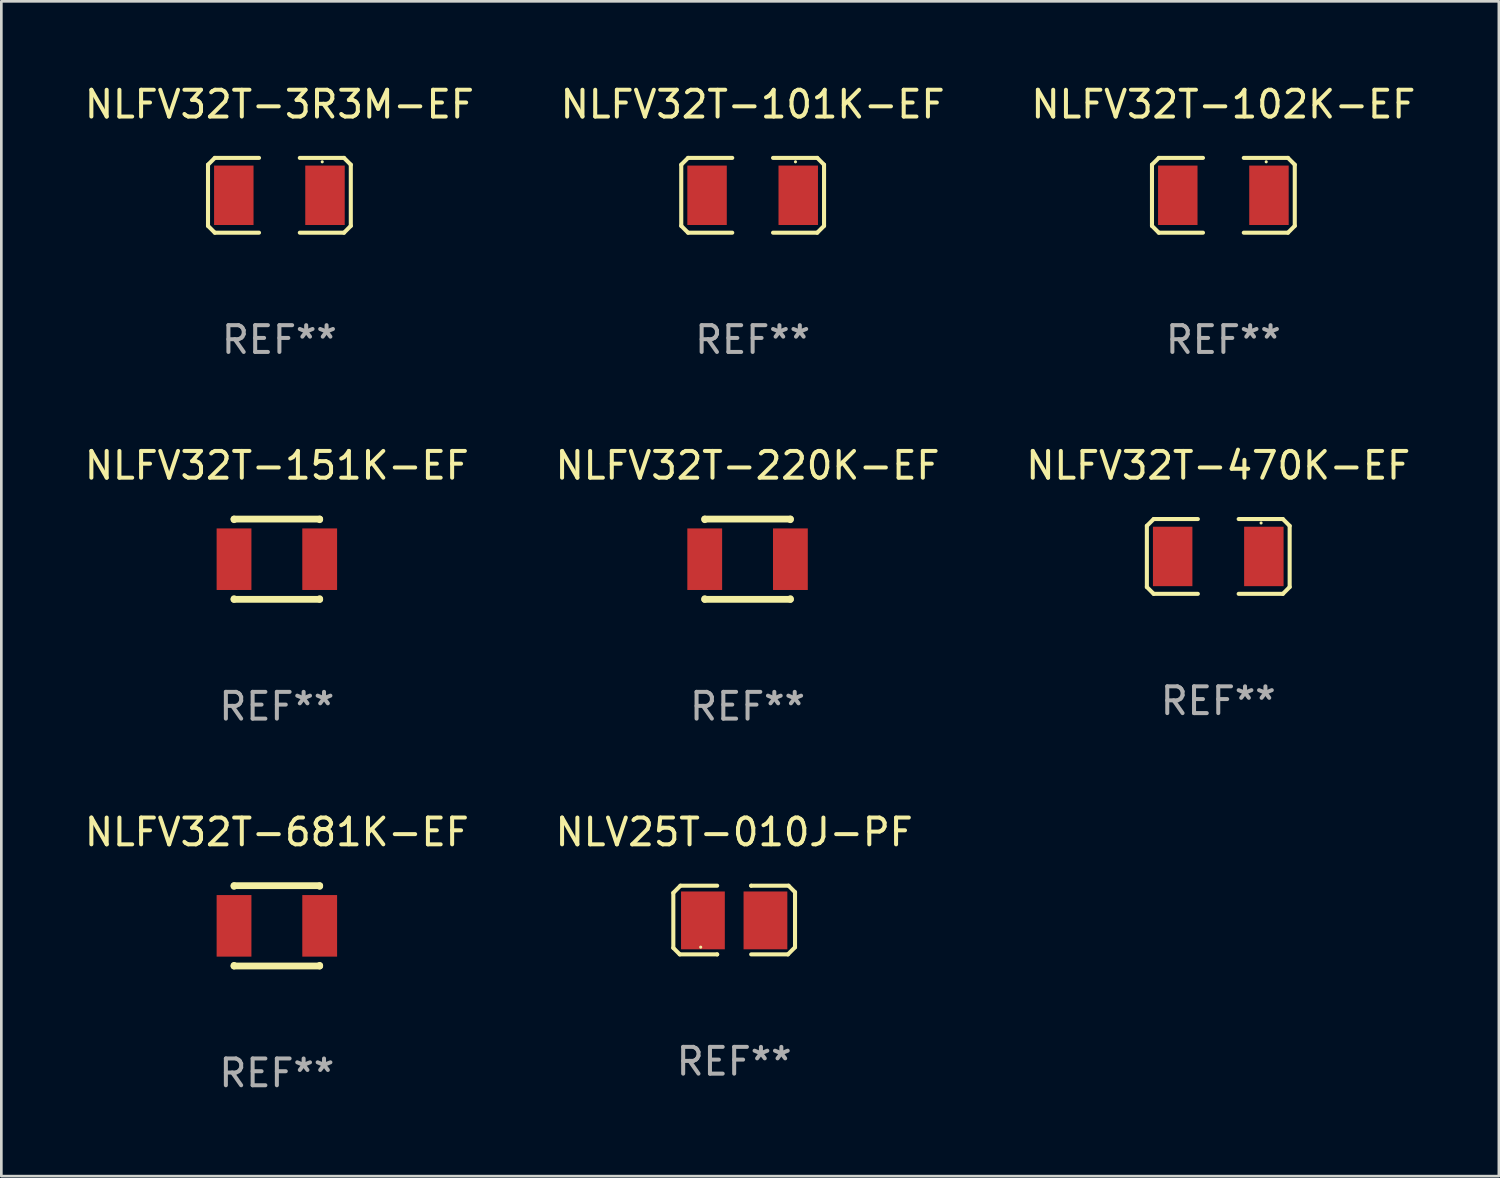
<source format=kicad_pcb>
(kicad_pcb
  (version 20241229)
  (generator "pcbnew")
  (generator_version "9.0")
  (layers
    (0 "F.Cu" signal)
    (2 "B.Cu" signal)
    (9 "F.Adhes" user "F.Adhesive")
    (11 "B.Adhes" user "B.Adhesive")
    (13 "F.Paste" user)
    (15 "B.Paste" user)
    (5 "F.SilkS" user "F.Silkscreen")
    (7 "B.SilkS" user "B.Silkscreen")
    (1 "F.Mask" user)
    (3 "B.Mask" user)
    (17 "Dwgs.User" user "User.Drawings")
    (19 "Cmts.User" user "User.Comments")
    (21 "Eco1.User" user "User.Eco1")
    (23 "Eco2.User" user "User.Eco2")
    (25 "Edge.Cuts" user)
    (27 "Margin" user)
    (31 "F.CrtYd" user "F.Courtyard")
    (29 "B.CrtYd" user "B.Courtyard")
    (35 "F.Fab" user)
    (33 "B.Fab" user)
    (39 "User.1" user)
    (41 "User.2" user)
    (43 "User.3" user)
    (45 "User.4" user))
  (footprint "NLFV32T-220K-EF"
    (layer "F.Cu")
    (at 24.875 17.839)
    (property "Reference" "NLFV32T-220K-EF" (at 0 -3.5 0) (layer "F.SilkS") (effects (font (size 1 1) (thickness 0.15))))
    (attr through_hole)
    (fp_line (start -1.6 -1.5) (end 1.6 -1.5) (stroke (width 0.254) (type solid)) (layer "F.SilkS"))
    (fp_line (start -1.6 -1.476) (end -1.6 -1.5) (stroke (width 0.254) (type solid)) (layer "F.SilkS"))
    (fp_line (start -1.6 1.5) (end -1.6 1.476) (stroke (width 0.254) (type solid)) (layer "F.SilkS"))
    (fp_line (start -1.6 1.5) (end 1.6 1.5) (stroke (width 0.254) (type solid)) (layer "F.SilkS"))
    (fp_line (start 1.6 -1.5) (end 1.6 -1.476) (stroke (width 0.254) (type solid)) (layer "F.SilkS"))
    (fp_line (start 1.6 1.476) (end 1.6 1.5) (stroke (width 0.254) (type solid)) (layer "F.SilkS"))
    (fp_text user "REF**" (at 0 5.5 0) (layer "F.Fab") (effects (font (size 1 1) (thickness 0.15))))
    (pad "1" smd rect (at -1.6 0 90) (size 2.3 1.3) (layers "F.Cu" "F.Mask" "F.Paste"))
    (pad "2" smd rect (at 1.6 0 90) (size 2.3 1.3) (layers "F.Cu" "F.Mask" "F.Paste")))
  (footprint "NLV25T-010J-PF"
    (layer "F.Cu")
    (at 24.375 31.318)
    (property "Reference" "NLV25T-010J-PF" (at 0 -3.283 0) (layer "F.SilkS") (effects (font (size 1 1) (thickness 0.15))))
    (attr through_hole)
    (fp_line (start -2.273 -1.016) (end -2.007 -1.283) (stroke (width 0.152) (type solid)) (layer "F.SilkS"))
    (fp_line (start -2.273 1.041) (end -2.273 -1.016) (stroke (width 0.152) (type solid)) (layer "F.SilkS"))
    (fp_line (start -2.032 1.283) (end -2.273 1.041) (stroke (width 0.152) (type solid)) (layer "F.SilkS"))
    (fp_line (start -2.007 -1.283) (end -0.635 -1.283) (stroke (width 0.152) (type solid)) (layer "F.SilkS"))
    (fp_line (start -0.635 1.283) (end -2.032 1.283) (stroke (width 0.152) (type solid)) (layer "F.SilkS"))
    (fp_line (start -0.635 1.283) (end -0.635 1.283) (stroke (width 0.152) (type solid)) (layer "F.SilkS"))
    (fp_line (start 0.635 -1.283) (end 0.635 -1.283) (stroke (width 0.152) (type solid)) (layer "F.SilkS"))
    (fp_line (start 0.635 -1.283) (end 2.032 -1.283) (stroke (width 0.152) (type solid)) (layer "F.SilkS"))
    (fp_line (start 2.007 1.283) (end 0.635 1.283) (stroke (width 0.152) (type solid)) (layer "F.SilkS"))
    (fp_line (start 2.032 -1.283) (end 2.273 -1.041) (stroke (width 0.152) (type solid)) (layer "F.SilkS"))
    (fp_line (start 2.273 -1.041) (end 2.273 1.016) (stroke (width 0.152) (type solid)) (layer "F.SilkS"))
    (fp_line (start 2.273 1.016) (end 2.007 1.283) (stroke (width 0.152) (type solid)) (layer "F.SilkS"))
    (fp_circle (center -1.25 1.013) (end -1.22 1.013) (stroke (width 0.06) (type solid)) (fill no) (layer "F.SilkS"))
    (fp_text user "REF**" (at 0 5.283 0) (layer "F.Fab") (effects (font (size 1 1) (thickness 0.15))))
    (pad "1" smd rect (at -1.167 0.013) (size 1.635 2.16) (layers "F.Cu" "F.Mask" "F.Paste"))
    (pad "2" smd rect (at 1.168 0.013) (size 1.635 2.16) (layers "F.Cu" "F.Mask" "F.Paste")))
  (footprint "NLFV32T-3R3M-EF"
    (layer "F.Cu")
    (at 7.387 4.245)
    (property "Reference" "NLFV32T-3R3M-EF" (at 0 -3.397 0) (layer "F.SilkS") (effects (font (size 1 1) (thickness 0.15))))
    (attr through_hole)
    (fp_line (start -2.667 -1.143) (end -2.413 -1.397) (stroke (width 0.152) (type solid)) (layer "F.SilkS"))
    (fp_line (start -2.667 1.143) (end -2.667 -1.143) (stroke (width 0.152) (type solid)) (layer "F.SilkS"))
    (fp_line (start -2.413 -1.397) (end -0.762 -1.397) (stroke (width 0.152) (type solid)) (layer "F.SilkS"))
    (fp_line (start -2.413 1.397) (end -2.667 1.143) (stroke (width 0.152) (type solid)) (layer "F.SilkS"))
    (fp_line (start -0.762 1.397) (end -2.413 1.397) (stroke (width 0.152) (type solid)) (layer "F.SilkS"))
    (fp_line (start 0.762 -1.397) (end 2.413 -1.397) (stroke (width 0.152) (type solid)) (layer "F.SilkS"))
    (fp_line (start 2.413 -1.397) (end 2.667 -1.143) (stroke (width 0.152) (type solid)) (layer "F.SilkS"))
    (fp_line (start 2.413 1.397) (end 0.762 1.397) (stroke (width 0.152) (type solid)) (layer "F.SilkS"))
    (fp_line (start 2.667 -1.143) (end 2.667 1.143) (stroke (width 0.152) (type solid)) (layer "F.SilkS"))
    (fp_line (start 2.667 1.143) (end 2.413 1.397) (stroke (width 0.152) (type solid)) (layer "F.SilkS"))
    (fp_circle (center 1.6 -1.25) (end 1.63 -1.25) (stroke (width 0.06) (type solid)) (fill no) (layer "F.SilkS"))
    (fp_text user "REF**" (at 0 5.397 0) (layer "F.Fab") (effects (font (size 1 1) (thickness 0.15))))
    (pad "1" smd rect (at 1.703 0) (size 1.474 2.22) (layers "F.Cu" "F.Mask" "F.Paste"))
    (pad "2" smd rect (at -1.703 0) (size 1.474 2.22) (layers "F.Cu" "F.Mask" "F.Paste")))
  (footprint "NLFV32T-470K-EF"
    (layer "F.Cu")
    (at 42.458 17.736)
    (property "Reference" "NLFV32T-470K-EF" (at 0 -3.397 0) (layer "F.SilkS") (effects (font (size 1 1) (thickness 0.15))))
    (attr through_hole)
    (fp_line (start -2.667 -1.143) (end -2.413 -1.397) (stroke (width 0.152) (type solid)) (layer "F.SilkS"))
    (fp_line (start -2.667 1.143) (end -2.667 -1.143) (stroke (width 0.152) (type solid)) (layer "F.SilkS"))
    (fp_line (start -2.413 -1.397) (end -0.762 -1.397) (stroke (width 0.152) (type solid)) (layer "F.SilkS"))
    (fp_line (start -2.413 1.397) (end -2.667 1.143) (stroke (width 0.152) (type solid)) (layer "F.SilkS"))
    (fp_line (start -0.762 1.397) (end -2.413 1.397) (stroke (width 0.152) (type solid)) (layer "F.SilkS"))
    (fp_line (start 0.762 -1.397) (end 2.413 -1.397) (stroke (width 0.152) (type solid)) (layer "F.SilkS"))
    (fp_line (start 2.413 -1.397) (end 2.667 -1.143) (stroke (width 0.152) (type solid)) (layer "F.SilkS"))
    (fp_line (start 2.413 1.397) (end 0.762 1.397) (stroke (width 0.152) (type solid)) (layer "F.SilkS"))
    (fp_line (start 2.667 -1.143) (end 2.667 1.143) (stroke (width 0.152) (type solid)) (layer "F.SilkS"))
    (fp_line (start 2.667 1.143) (end 2.413 1.397) (stroke (width 0.152) (type solid)) (layer "F.SilkS"))
    (fp_circle (center 1.6 -1.25) (end 1.63 -1.25) (stroke (width 0.06) (type solid)) (fill no) (layer "F.SilkS"))
    (fp_text user "REF**" (at 0 5.397 0) (layer "F.Fab") (effects (font (size 1 1) (thickness 0.15))))
    (pad "1" smd rect (at 1.703 0) (size 1.474 2.22) (layers "F.Cu" "F.Mask" "F.Paste"))
    (pad "2" smd rect (at -1.703 0) (size 1.474 2.22) (layers "F.Cu" "F.Mask" "F.Paste")))
  (footprint "NLFV32T-102K-EF"
    (layer "F.Cu")
    (at 42.649 4.245)
    (property "Reference" "NLFV32T-102K-EF" (at 0 -3.397 0) (layer "F.SilkS") (effects (font (size 1 1) (thickness 0.15))))
    (attr through_hole)
    (fp_line (start -2.667 -1.143) (end -2.413 -1.397) (stroke (width 0.152) (type solid)) (layer "F.SilkS"))
    (fp_line (start -2.667 1.143) (end -2.667 -1.143) (stroke (width 0.152) (type solid)) (layer "F.SilkS"))
    (fp_line (start -2.413 -1.397) (end -0.762 -1.397) (stroke (width 0.152) (type solid)) (layer "F.SilkS"))
    (fp_line (start -2.413 1.397) (end -2.667 1.143) (stroke (width 0.152) (type solid)) (layer "F.SilkS"))
    (fp_line (start -0.762 1.397) (end -2.413 1.397) (stroke (width 0.152) (type solid)) (layer "F.SilkS"))
    (fp_line (start 0.762 -1.397) (end 2.413 -1.397) (stroke (width 0.152) (type solid)) (layer "F.SilkS"))
    (fp_line (start 2.413 -1.397) (end 2.667 -1.143) (stroke (width 0.152) (type solid)) (layer "F.SilkS"))
    (fp_line (start 2.413 1.397) (end 0.762 1.397) (stroke (width 0.152) (type solid)) (layer "F.SilkS"))
    (fp_line (start 2.667 -1.143) (end 2.667 1.143) (stroke (width 0.152) (type solid)) (layer "F.SilkS"))
    (fp_line (start 2.667 1.143) (end 2.413 1.397) (stroke (width 0.152) (type solid)) (layer "F.SilkS"))
    (fp_circle (center 1.6 -1.25) (end 1.63 -1.25) (stroke (width 0.06) (type solid)) (fill no) (layer "F.SilkS"))
    (fp_text user "REF**" (at 0 5.397 0) (layer "F.Fab") (effects (font (size 1 1) (thickness 0.15))))
    (pad "1" smd rect (at 1.703 0) (size 1.474 2.22) (layers "F.Cu" "F.Mask" "F.Paste"))
    (pad "2" smd rect (at -1.703 0) (size 1.474 2.22) (layers "F.Cu" "F.Mask" "F.Paste")))
  (footprint "NLFV32T-151K-EF"
    (layer "F.Cu")
    (at 7.292 17.839)
    (property "Reference" "NLFV32T-151K-EF" (at 0 -3.5 0) (layer "F.SilkS") (effects (font (size 1 1) (thickness 0.15))))
    (attr through_hole)
    (fp_line (start -1.6 -1.5) (end 1.6 -1.5) (stroke (width 0.254) (type solid)) (layer "F.SilkS"))
    (fp_line (start -1.6 -1.476) (end -1.6 -1.5) (stroke (width 0.254) (type solid)) (layer "F.SilkS"))
    (fp_line (start -1.6 1.5) (end -1.6 1.476) (stroke (width 0.254) (type solid)) (layer "F.SilkS"))
    (fp_line (start -1.6 1.5) (end 1.6 1.5) (stroke (width 0.254) (type solid)) (layer "F.SilkS"))
    (fp_line (start 1.6 -1.5) (end 1.6 -1.476) (stroke (width 0.254) (type solid)) (layer "F.SilkS"))
    (fp_line (start 1.6 1.476) (end 1.6 1.5) (stroke (width 0.254) (type solid)) (layer "F.SilkS"))
    (fp_text user "REF**" (at 0 5.5 0) (layer "F.Fab") (effects (font (size 1 1) (thickness 0.15))))
    (pad "1" smd rect (at -1.6 0 90) (size 2.3 1.3) (layers "F.Cu" "F.Mask" "F.Paste"))
    (pad "2" smd rect (at 1.6 0 90) (size 2.3 1.3) (layers "F.Cu" "F.Mask" "F.Paste")))
  (footprint "NLFV32T-101K-EF"
    (layer "F.Cu")
    (at 25.065 4.245)
    (property "Reference" "NLFV32T-101K-EF" (at 0 -3.397 0) (layer "F.SilkS") (effects (font (size 1 1) (thickness 0.15))))
    (attr through_hole)
    (fp_line (start -2.667 -1.143) (end -2.413 -1.397) (stroke (width 0.152) (type solid)) (layer "F.SilkS"))
    (fp_line (start -2.667 1.143) (end -2.667 -1.143) (stroke (width 0.152) (type solid)) (layer "F.SilkS"))
    (fp_line (start -2.413 -1.397) (end -0.762 -1.397) (stroke (width 0.152) (type solid)) (layer "F.SilkS"))
    (fp_line (start -2.413 1.397) (end -2.667 1.143) (stroke (width 0.152) (type solid)) (layer "F.SilkS"))
    (fp_line (start -0.762 1.397) (end -2.413 1.397) (stroke (width 0.152) (type solid)) (layer "F.SilkS"))
    (fp_line (start 0.762 -1.397) (end 2.413 -1.397) (stroke (width 0.152) (type solid)) (layer "F.SilkS"))
    (fp_line (start 2.413 -1.397) (end 2.667 -1.143) (stroke (width 0.152) (type solid)) (layer "F.SilkS"))
    (fp_line (start 2.413 1.397) (end 0.762 1.397) (stroke (width 0.152) (type solid)) (layer "F.SilkS"))
    (fp_line (start 2.667 -1.143) (end 2.667 1.143) (stroke (width 0.152) (type solid)) (layer "F.SilkS"))
    (fp_line (start 2.667 1.143) (end 2.413 1.397) (stroke (width 0.152) (type solid)) (layer "F.SilkS"))
    (fp_circle (center 1.6 -1.25) (end 1.63 -1.25) (stroke (width 0.06) (type solid)) (fill no) (layer "F.SilkS"))
    (fp_text user "REF**" (at 0 5.397 0) (layer "F.Fab") (effects (font (size 1 1) (thickness 0.15))))
    (pad "1" smd rect (at 1.703 0) (size 1.474 2.22) (layers "F.Cu" "F.Mask" "F.Paste"))
    (pad "2" smd rect (at -1.703 0) (size 1.474 2.22) (layers "F.Cu" "F.Mask" "F.Paste")))
  (footprint "NLFV32T-681K-EF"
    (layer "F.Cu")
    (at 7.292 31.535)
    (property "Reference" "NLFV32T-681K-EF" (at 0 -3.5 0) (layer "F.SilkS") (effects (font (size 1 1) (thickness 0.15))))
    (attr through_hole)
    (fp_line (start -1.6 -1.5) (end 1.6 -1.5) (stroke (width 0.254) (type solid)) (layer "F.SilkS"))
    (fp_line (start -1.6 -1.476) (end -1.6 -1.5) (stroke (width 0.254) (type solid)) (layer "F.SilkS"))
    (fp_line (start -1.6 1.5) (end -1.6 1.476) (stroke (width 0.254) (type solid)) (layer "F.SilkS"))
    (fp_line (start -1.6 1.5) (end 1.6 1.5) (stroke (width 0.254) (type solid)) (layer "F.SilkS"))
    (fp_line (start 1.6 -1.5) (end 1.6 -1.476) (stroke (width 0.254) (type solid)) (layer "F.SilkS"))
    (fp_line (start 1.6 1.476) (end 1.6 1.5) (stroke (width 0.254) (type solid)) (layer "F.SilkS"))
    (fp_text user "REF**" (at 0 5.5 0) (layer "F.Fab") (effects (font (size 1 1) (thickness 0.15))))
    (pad "1" smd rect (at -1.6 0 90) (size 2.3 1.3) (layers "F.Cu" "F.Mask" "F.Paste"))
    (pad "2" smd rect (at 1.6 0 90) (size 2.3 1.3) (layers "F.Cu" "F.Mask" "F.Paste")))
  (gr_rect
    (start -3 -3)
    (end 52.94 40.884)
    (stroke (width 0.1) (type default))
    (fill no)
    (layer "Edge.Cuts")))
</source>
